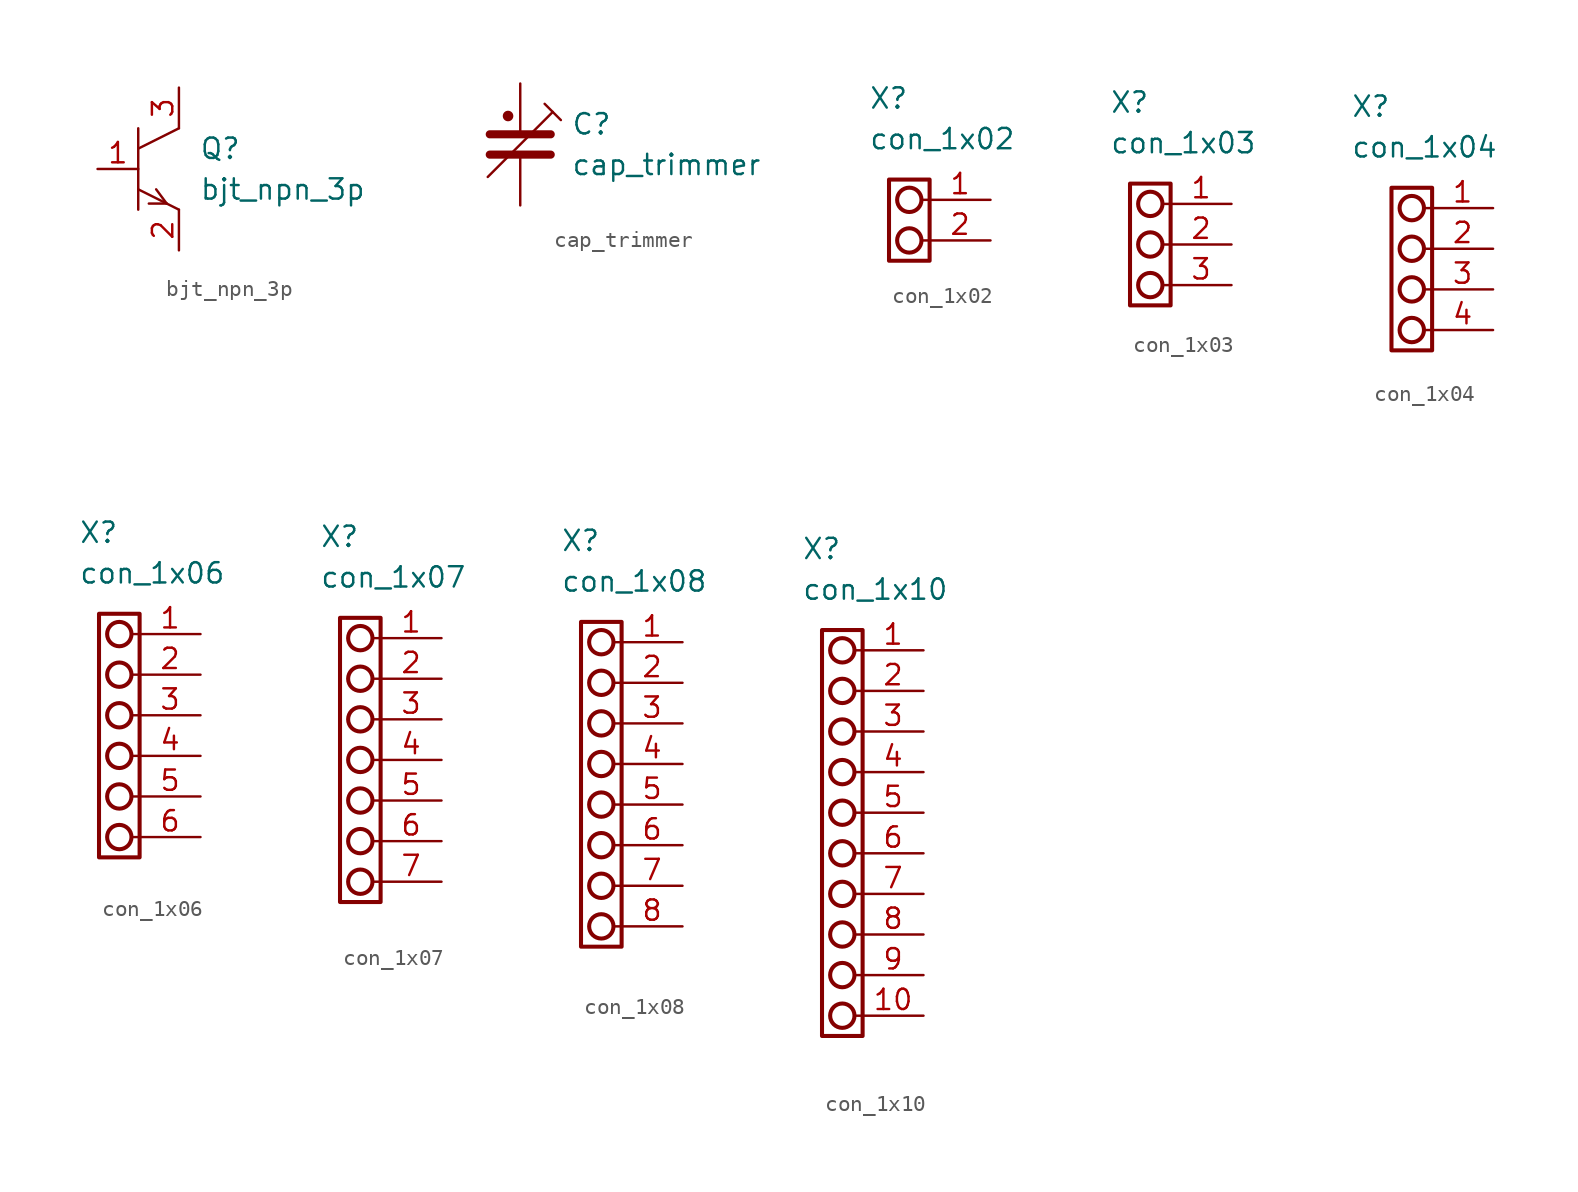
<source format=kicad_sym>
(kicad_symbol_lib
  (version 20241209)
  (generator "kicad_symbol_editor")
  (generator_version "9.0")
  (symbol "bjt_npn_3p"
    (pin_names
      (hide yes))
    (property "Reference" "Q"
      (at 6.35 1.27 0)
      (effects (font (size 1.27 1.27)) (justify left)))
    (property "Value" "bjt_npn_3p"
      (at 6.35 -1.27 0)
      (effects (font (size 1.27 1.27)) (justify left)))
    (symbol "bjt_npn_3p_0_1"
      (polyline (pts (xy 2.54 2.54) (xy 2.54 -2.54)) (stroke (width 0) (type default)) (fill (type none)))
      (polyline (pts (xy 4.318 -2.159) (xy 3.2 -2.159)) (stroke (width 0) (type default)) (fill (type none)))
      (polyline (pts (xy 4.318 -2.159) (xy 3.658 -1.27)) (stroke (width 0) (type default)) (fill (type none)))
      (polyline (pts (xy 5.08 2.54) (xy 2.54 1.27)) (stroke (width 0) (type default)) (fill (type none)))
      (polyline (pts (xy 5.08 -2.54) (xy 2.54 -1.27)) (stroke (width 0) (type default)) (fill (type none))))
    (symbol "bjt_npn_3p_1_1"
      (pin passive line (at 0 0 0) (length 2.54) (name "" (effects (font (size 1.27 1.27)))) (number "1" (effects (font (size 1.27 1.27)))))
      (pin passive line (at 5.08 5.08 270) (length 2.54) (name "" (effects (font (size 1.27 1.27)))) (number "3" (effects (font (size 1.27 1.27)))))
      (pin passive line (at 5.08 -5.08 90) (length 2.54) (name "" (effects (font (size 1.27 1.27)))) (number "2" (effects (font (size 1.27 1.27)))))))
  (symbol "cap_trimmer"
    (pin_numbers
      (hide yes))
    (pin_names
      (offset 0)
      (hide yes))
    (property "Reference" "C"
      (at 3.175 -2.54 0)
      (effects (font (size 1.27 1.27)) (justify left)))
    (property "Value" "cap_trimmer"
      (at 3.175 -5.08 0)
      (effects (font (size 1.27 1.27)) (justify left)))
    (symbol "cap_trimmer_0_1"
      (polyline (pts (xy -2.032 -5.842) (xy 2.032 -1.778)) (stroke (width 0) (type default)) (fill (type none)))
      (polyline (pts (xy -1.905 -3.175) (xy 1.905 -3.175)) (stroke (width 0.508) (type default)) (fill (type none)))
      (polyline (pts (xy -1.905 -4.445) (xy 1.905 -4.445)) (stroke (width 0.508) (type default)) (fill (type none)))
      (polyline (pts (xy 1.524 -1.27) (xy 2.54 -2.286)) (stroke (width 0) (type default)) (fill (type none))))
    (symbol "cap_trimmer_1_1"
      (circle (center -0.762 -2.032) (radius 0.254) (stroke (width 0) (type solid)) (fill (type outline)))
      (pin passive line (at 0 0 270) (length 3.175) (name "~" (effects (font (size 1.27 1.27)))) (number "1" (effects (font (size 1.27 1.27)))))
      (pin passive line (at 0 -7.62 90) (length 3.175) (name "~" (effects (font (size 1.27 1.27)))) (number "2" (effects (font (size 1.27 1.27)))))))
  (symbol "con_1x02"
    (pin_names
      (offset 1.016)
      (hide yes))
    (property "Reference" "X"
      (at -7.62 6.35 0)
      (effects (font (size 1.27 1.27)) (justify left)))
    (property "Value" "con_1x02"
      (at -7.62 3.81 0)
      (effects (font (size 1.27 1.27)) (justify left)))
    (symbol "con_1x02_0_1"
      (rectangle (start -6.35 1.27) (end -3.81 -3.81) (stroke (width 0.254) (type default)) (fill (type none)))
      (circle (center -5.08 0) (radius 0.762) (stroke (width 0.254) (type default)) (fill (type none)))
      (circle (center -5.08 -2.54) (radius 0.762) (stroke (width 0.254) (type default)) (fill (type none)))
      (polyline (pts (xy -3.81 0) (xy -4.318 0)) (stroke (width 0) (type default)) (fill (type none)))
      (polyline (pts (xy -3.81 -2.54) (xy -4.318 -2.54)) (stroke (width 0) (type default)) (fill (type none))))
    (symbol "con_1x02_1_1"
      (pin passive line (at 0 0 180) (length 3.81) (name "~" (effects (font (size 1.27 1.27)))) (number "1" (effects (font (size 1.27 1.27)))))
      (pin passive line (at 0 -2.54 180) (length 3.81) (name "~" (effects (font (size 1.27 1.27)))) (number "2" (effects (font (size 1.27 1.27)))))))
  (symbol "con_1x03"
    (pin_names
      (offset 1.016)
      (hide yes))
    (property "Reference" "X"
      (at -7.62 6.35 0)
      (effects (font (size 1.27 1.27)) (justify left)))
    (property "Value" "con_1x03"
      (at -7.62 3.81 0)
      (effects (font (size 1.27 1.27)) (justify left)))
    (symbol "con_1x03_0_1"
      (rectangle (start -6.35 1.27) (end -3.81 -6.35) (stroke (width 0.254) (type default)) (fill (type none)))
      (circle (center -5.08 0) (radius 0.762) (stroke (width 0.254) (type default)) (fill (type none)))
      (circle (center -5.08 -2.54) (radius 0.762) (stroke (width 0.254) (type default)) (fill (type none)))
      (circle (center -5.08 -5.08) (radius 0.762) (stroke (width 0.254) (type default)) (fill (type none)))
      (polyline (pts (xy -3.81 0) (xy -4.318 0)) (stroke (width 0) (type default)) (fill (type none)))
      (polyline (pts (xy -3.81 -2.54) (xy -4.318 -2.54)) (stroke (width 0) (type default)) (fill (type none)))
      (polyline (pts (xy -3.81 -5.08) (xy -4.318 -5.08)) (stroke (width 0) (type default)) (fill (type none))))
    (symbol "con_1x03_1_1"
      (pin passive line (at 0 0 180) (length 3.81) (name "~" (effects (font (size 1.27 1.27)))) (number "1" (effects (font (size 1.27 1.27)))))
      (pin passive line (at 0 -2.54 180) (length 3.81) (name "~" (effects (font (size 1.27 1.27)))) (number "2" (effects (font (size 1.27 1.27)))))
      (pin passive line (at 0 -5.08 180) (length 3.81) (name "~" (effects (font (size 1.27 1.27)))) (number "3" (effects (font (size 1.27 1.27)))))))
  (symbol "con_1x04"
    (pin_names
      (offset 1.016)
      (hide yes))
    (property "Reference" "X"
      (at -8.89 6.35 0)
      (effects (font (size 1.27 1.27)) (justify left)))
    (property "Value" "con_1x04"
      (at -8.89 3.81 0)
      (effects (font (size 1.27 1.27)) (justify left)))
    (symbol "con_1x04_0_1"
      (rectangle (start -6.35 1.27) (end -3.81 -8.89) (stroke (width 0.254) (type default)) (fill (type none)))
      (circle (center -5.08 0) (radius 0.762) (stroke (width 0.254) (type default)) (fill (type none)))
      (circle (center -5.08 -2.54) (radius 0.762) (stroke (width 0.254) (type default)) (fill (type none)))
      (circle (center -5.08 -5.08) (radius 0.762) (stroke (width 0.254) (type default)) (fill (type none)))
      (circle (center -5.08 -7.62) (radius 0.762) (stroke (width 0.254) (type default)) (fill (type none)))
      (polyline (pts (xy -3.81 0) (xy -4.318 0)) (stroke (width 0) (type default)) (fill (type none)))
      (polyline (pts (xy -3.81 -2.54) (xy -4.318 -2.54)) (stroke (width 0) (type default)) (fill (type none)))
      (polyline (pts (xy -3.81 -5.08) (xy -4.318 -5.08)) (stroke (width 0) (type default)) (fill (type none)))
      (polyline (pts (xy -3.81 -7.62) (xy -4.318 -7.62)) (stroke (width 0) (type default)) (fill (type none))))
    (symbol "con_1x04_1_1"
      (pin passive line (at 0 0 180) (length 3.81) (name "~" (effects (font (size 1.27 1.27)))) (number "1" (effects (font (size 1.27 1.27)))))
      (pin passive line (at 0 -2.54 180) (length 3.81) (name "~" (effects (font (size 1.27 1.27)))) (number "2" (effects (font (size 1.27 1.27)))))
      (pin passive line (at 0 -5.08 180) (length 3.81) (name "~" (effects (font (size 1.27 1.27)))) (number "3" (effects (font (size 1.27 1.27)))))
      (pin passive line (at 0 -7.62 180) (length 3.81) (name "~" (effects (font (size 1.27 1.27)))) (number "4" (effects (font (size 1.27 1.27)))))))
  (symbol "con_1x06"
    (pin_names
      (offset 1.016)
      (hide yes))
    (property "Reference" "X"
      (at -7.62 6.35 0)
      (effects (font (size 1.27 1.27)) (justify left)))
    (property "Value" "con_1x06"
      (at -7.62 3.81 0)
      (effects (font (size 1.27 1.27)) (justify left)))
    (symbol "con_1x06_0_1"
      (circle (center -5.08 0) (radius 0.762) (stroke (width 0.254) (type default)) (fill (type none)))
      (circle (center -5.08 -2.54) (radius 0.762) (stroke (width 0.254) (type default)) (fill (type none)))
      (circle (center -5.08 -5.08) (radius 0.762) (stroke (width 0.254) (type default)) (fill (type none)))
      (polyline (pts (xy -3.81 0) (xy -4.318 0)) (stroke (width 0) (type default)) (fill (type none)))
      (polyline (pts (xy -3.81 -2.54) (xy -4.318 -2.54)) (stroke (width 0) (type default)) (fill (type none)))
      (polyline (pts (xy -3.81 -5.08) (xy -4.318 -5.08)) (stroke (width 0) (type default)) (fill (type none))))
    (symbol "con_1x06_1_1"
      (rectangle (start -6.35 1.27) (end -3.81 -13.97) (stroke (width 0.254) (type default)) (fill (type none)))
      (circle (center -5.08 -7.62) (radius 0.762) (stroke (width 0.254) (type default)) (fill (type none)))
      (circle (center -5.08 -10.16) (radius 0.762) (stroke (width 0.254) (type default)) (fill (type none)))
      (circle (center -5.08 -12.7) (radius 0.762) (stroke (width 0.254) (type default)) (fill (type none)))
      (polyline (pts (xy -3.81 -7.62) (xy -4.318 -7.62)) (stroke (width 0) (type default)) (fill (type none)))
      (polyline (pts (xy -3.81 -10.16) (xy -4.318 -10.16)) (stroke (width 0) (type default)) (fill (type none)))
      (polyline (pts (xy -3.81 -12.7) (xy -4.318 -12.7)) (stroke (width 0) (type default)) (fill (type none)))
      (pin passive line (at 0 0 180) (length 3.81) (name "~" (effects (font (size 1.27 1.27)))) (number "1" (effects (font (size 1.27 1.27)))))
      (pin passive line (at 0 -2.54 180) (length 3.81) (name "~" (effects (font (size 1.27 1.27)))) (number "2" (effects (font (size 1.27 1.27)))))
      (pin passive line (at 0 -5.08 180) (length 3.81) (name "~" (effects (font (size 1.27 1.27)))) (number "3" (effects (font (size 1.27 1.27)))))
      (pin passive line (at 0 -7.62 180) (length 3.81) (name "~" (effects (font (size 1.27 1.27)))) (number "4" (effects (font (size 1.27 1.27)))))
      (pin passive line (at 0 -10.16 180) (length 3.81) (name "~" (effects (font (size 1.27 1.27)))) (number "5" (effects (font (size 1.27 1.27)))))
      (pin passive line (at 0 -12.7 180) (length 3.81) (name "~" (effects (font (size 1.27 1.27)))) (number "6" (effects (font (size 1.27 1.27)))))))
  (symbol "con_1x07"
    (pin_names
      (offset 1.016)
      (hide yes))
    (property "Reference" "X"
      (at -7.62 6.35 0)
      (effects (font (size 1.27 1.27)) (justify left)))
    (property "Value" "con_1x07"
      (at -7.62 3.81 0)
      (effects (font (size 1.27 1.27)) (justify left)))
    (symbol "con_1x07_0_1"
      (circle (center -5.08 0) (radius 0.762) (stroke (width 0.254) (type default)) (fill (type none)))
      (circle (center -5.08 -2.54) (radius 0.762) (stroke (width 0.254) (type default)) (fill (type none)))
      (circle (center -5.08 -5.08) (radius 0.762) (stroke (width 0.254) (type default)) (fill (type none)))
      (polyline (pts (xy -3.81 0) (xy -4.318 0)) (stroke (width 0) (type default)) (fill (type none)))
      (polyline (pts (xy -3.81 -2.54) (xy -4.318 -2.54)) (stroke (width 0) (type default)) (fill (type none)))
      (polyline (pts (xy -3.81 -5.08) (xy -4.318 -5.08)) (stroke (width 0) (type default)) (fill (type none))))
    (symbol "con_1x07_1_1"
      (rectangle (start -6.35 1.27) (end -3.81 -16.51) (stroke (width 0.254) (type default)) (fill (type none)))
      (circle (center -5.08 -7.62) (radius 0.762) (stroke (width 0.254) (type default)) (fill (type none)))
      (circle (center -5.08 -10.16) (radius 0.762) (stroke (width 0.254) (type default)) (fill (type none)))
      (circle (center -5.08 -12.7) (radius 0.762) (stroke (width 0.254) (type default)) (fill (type none)))
      (circle (center -5.08 -15.24) (radius 0.762) (stroke (width 0.254) (type default)) (fill (type none)))
      (polyline (pts (xy -3.81 -7.62) (xy -4.318 -7.62)) (stroke (width 0) (type default)) (fill (type none)))
      (polyline (pts (xy -3.81 -10.16) (xy -4.318 -10.16)) (stroke (width 0) (type default)) (fill (type none)))
      (polyline (pts (xy -3.81 -12.7) (xy -4.318 -12.7)) (stroke (width 0) (type default)) (fill (type none)))
      (polyline (pts (xy -3.81 -15.24) (xy -4.318 -15.24)) (stroke (width 0) (type default)) (fill (type none)))
      (pin passive line (at 0 0 180) (length 3.81) (name "~" (effects (font (size 1.27 1.27)))) (number "1" (effects (font (size 1.27 1.27)))))
      (pin passive line (at 0 -2.54 180) (length 3.81) (name "~" (effects (font (size 1.27 1.27)))) (number "2" (effects (font (size 1.27 1.27)))))
      (pin passive line (at 0 -5.08 180) (length 3.81) (name "~" (effects (font (size 1.27 1.27)))) (number "3" (effects (font (size 1.27 1.27)))))
      (pin passive line (at 0 -7.62 180) (length 3.81) (name "~" (effects (font (size 1.27 1.27)))) (number "4" (effects (font (size 1.27 1.27)))))
      (pin passive line (at 0 -10.16 180) (length 3.81) (name "~" (effects (font (size 1.27 1.27)))) (number "5" (effects (font (size 1.27 1.27)))))
      (pin passive line (at 0 -12.7 180) (length 3.81) (name "~" (effects (font (size 1.27 1.27)))) (number "6" (effects (font (size 1.27 1.27)))))
      (pin passive line (at 0 -15.24 180) (length 3.81) (name "~" (effects (font (size 1.27 1.27)))) (number "7" (effects (font (size 1.27 1.27)))))))
  (symbol "con_1x08"
    (pin_names
      (offset 1.016)
      (hide yes))
    (property "Reference" "X"
      (at -7.62 6.35 0)
      (effects (font (size 1.27 1.27)) (justify left)))
    (property "Value" "con_1x08"
      (at -7.62 3.81 0)
      (effects (font (size 1.27 1.27)) (justify left)))
    (symbol "con_1x08_0_1"
      (circle (center -5.08 0) (radius 0.762) (stroke (width 0.254) (type default)) (fill (type none)))
      (circle (center -5.08 -2.54) (radius 0.762) (stroke (width 0.254) (type default)) (fill (type none)))
      (circle (center -5.08 -5.08) (radius 0.762) (stroke (width 0.254) (type default)) (fill (type none)))
      (polyline (pts (xy -3.81 0) (xy -4.318 0)) (stroke (width 0) (type default)) (fill (type none)))
      (polyline (pts (xy -3.81 -2.54) (xy -4.318 -2.54)) (stroke (width 0) (type default)) (fill (type none)))
      (polyline (pts (xy -3.81 -5.08) (xy -4.318 -5.08)) (stroke (width 0) (type default)) (fill (type none))))
    (symbol "con_1x08_1_1"
      (rectangle (start -6.35 1.27) (end -3.81 -19.05) (stroke (width 0.254) (type default)) (fill (type none)))
      (circle (center -5.08 -7.62) (radius 0.762) (stroke (width 0.254) (type default)) (fill (type none)))
      (circle (center -5.08 -10.16) (radius 0.762) (stroke (width 0.254) (type default)) (fill (type none)))
      (circle (center -5.08 -12.7) (radius 0.762) (stroke (width 0.254) (type default)) (fill (type none)))
      (circle (center -5.08 -15.24) (radius 0.762) (stroke (width 0.254) (type default)) (fill (type none)))
      (circle (center -5.08 -17.78) (radius 0.762) (stroke (width 0.254) (type default)) (fill (type none)))
      (polyline (pts (xy -3.81 -7.62) (xy -4.318 -7.62)) (stroke (width 0) (type default)) (fill (type none)))
      (polyline (pts (xy -3.81 -10.16) (xy -4.318 -10.16)) (stroke (width 0) (type default)) (fill (type none)))
      (polyline (pts (xy -3.81 -12.7) (xy -4.318 -12.7)) (stroke (width 0) (type default)) (fill (type none)))
      (polyline (pts (xy -3.81 -15.24) (xy -4.318 -15.24)) (stroke (width 0) (type default)) (fill (type none)))
      (polyline (pts (xy -3.81 -17.78) (xy -4.318 -17.78)) (stroke (width 0) (type default)) (fill (type none)))
      (pin passive line (at 0 0 180) (length 3.81) (name "~" (effects (font (size 1.27 1.27)))) (number "1" (effects (font (size 1.27 1.27)))))
      (pin passive line (at 0 -2.54 180) (length 3.81) (name "~" (effects (font (size 1.27 1.27)))) (number "2" (effects (font (size 1.27 1.27)))))
      (pin passive line (at 0 -5.08 180) (length 3.81) (name "~" (effects (font (size 1.27 1.27)))) (number "3" (effects (font (size 1.27 1.27)))))
      (pin passive line (at 0 -7.62 180) (length 3.81) (name "~" (effects (font (size 1.27 1.27)))) (number "4" (effects (font (size 1.27 1.27)))))
      (pin passive line (at 0 -10.16 180) (length 3.81) (name "~" (effects (font (size 1.27 1.27)))) (number "5" (effects (font (size 1.27 1.27)))))
      (pin passive line (at 0 -12.7 180) (length 3.81) (name "~" (effects (font (size 1.27 1.27)))) (number "6" (effects (font (size 1.27 1.27)))))
      (pin passive line (at 0 -15.24 180) (length 3.81) (name "~" (effects (font (size 1.27 1.27)))) (number "7" (effects (font (size 1.27 1.27)))))
      (pin passive line (at 0 -17.78 180) (length 3.81) (name "~" (effects (font (size 1.27 1.27)))) (number "8" (effects (font (size 1.27 1.27)))))))
  (symbol "con_1x10"
    (pin_names
      (offset 1.016)
      (hide yes))
    (property "Reference" "X"
      (at -7.62 6.35 0)
      (effects (font (size 1.27 1.27)) (justify left)))
    (property "Value" "con_1x10"
      (at -7.62 3.81 0)
      (effects (font (size 1.27 1.27)) (justify left)))
    (symbol "con_1x10_0_1"
      (circle (center -5.08 0) (radius 0.762) (stroke (width 0.254) (type default)) (fill (type none)))
      (circle (center -5.08 -2.54) (radius 0.762) (stroke (width 0.254) (type default)) (fill (type none)))
      (circle (center -5.08 -5.08) (radius 0.762) (stroke (width 0.254) (type default)) (fill (type none)))
      (polyline (pts (xy -3.81 0) (xy -4.318 0)) (stroke (width 0) (type default)) (fill (type none)))
      (polyline (pts (xy -3.81 -2.54) (xy -4.318 -2.54)) (stroke (width 0) (type default)) (fill (type none)))
      (polyline (pts (xy -3.81 -5.08) (xy -4.318 -5.08)) (stroke (width 0) (type default)) (fill (type none))))
    (symbol "con_1x10_1_1"
      (rectangle (start -6.35 1.27) (end -3.81 -24.13) (stroke (width 0.254) (type default)) (fill (type none)))
      (circle (center -5.08 -7.62) (radius 0.762) (stroke (width 0.254) (type default)) (fill (type none)))
      (circle (center -5.08 -10.16) (radius 0.762) (stroke (width 0.254) (type default)) (fill (type none)))
      (circle (center -5.08 -12.7) (radius 0.762) (stroke (width 0.254) (type default)) (fill (type none)))
      (circle (center -5.08 -15.24) (radius 0.762) (stroke (width 0.254) (type default)) (fill (type none)))
      (circle (center -5.08 -17.78) (radius 0.762) (stroke (width 0.254) (type default)) (fill (type none)))
      (circle (center -5.08 -20.32) (radius 0.762) (stroke (width 0.254) (type default)) (fill (type none)))
      (circle (center -5.08 -22.86) (radius 0.762) (stroke (width 0.254) (type default)) (fill (type none)))
      (polyline (pts (xy -3.81 -7.62) (xy -4.318 -7.62)) (stroke (width 0) (type default)) (fill (type none)))
      (polyline (pts (xy -3.81 -10.16) (xy -4.318 -10.16)) (stroke (width 0) (type default)) (fill (type none)))
      (polyline (pts (xy -3.81 -12.7) (xy -4.318 -12.7)) (stroke (width 0) (type default)) (fill (type none)))
      (polyline (pts (xy -3.81 -15.24) (xy -4.318 -15.24)) (stroke (width 0) (type default)) (fill (type none)))
      (polyline (pts (xy -3.81 -17.78) (xy -4.318 -17.78)) (stroke (width 0) (type default)) (fill (type none)))
      (polyline (pts (xy -3.81 -20.32) (xy -4.318 -20.32)) (stroke (width 0) (type default)) (fill (type none)))
      (polyline (pts (xy -3.81 -22.86) (xy -4.318 -22.86)) (stroke (width 0) (type default)) (fill (type none)))
      (pin passive line (at 0 0 180) (length 3.81) (name "~" (effects (font (size 1.27 1.27)))) (number "1" (effects (font (size 1.27 1.27)))))
      (pin passive line (at 0 -2.54 180) (length 3.81) (name "~" (effects (font (size 1.27 1.27)))) (number "2" (effects (font (size 1.27 1.27)))))
      (pin passive line (at 0 -5.08 180) (length 3.81) (name "~" (effects (font (size 1.27 1.27)))) (number "3" (effects (font (size 1.27 1.27)))))
      (pin passive line (at 0 -7.62 180) (length 3.81) (name "~" (effects (font (size 1.27 1.27)))) (number "4" (effects (font (size 1.27 1.27)))))
      (pin passive line (at 0 -10.16 180) (length 3.81) (name "~" (effects (font (size 1.27 1.27)))) (number "5" (effects (font (size 1.27 1.27)))))
      (pin passive line (at 0 -12.7 180) (length 3.81) (name "~" (effects (font (size 1.27 1.27)))) (number "6" (effects (font (size 1.27 1.27)))))
      (pin passive line (at 0 -15.24 180) (length 3.81) (name "~" (effects (font (size 1.27 1.27)))) (number "7" (effects (font (size 1.27 1.27)))))
      (pin passive line (at 0 -17.78 180) (length 3.81) (name "~" (effects (font (size 1.27 1.27)))) (number "8" (effects (font (size 1.27 1.27)))))
      (pin passive line (at 0 -20.32 180) (length 3.81) (name "~" (effects (font (size 1.27 1.27)))) (number "9" (effects (font (size 1.27 1.27)))))
      (pin passive line (at 0 -22.86 180) (length 3.81) (name "~" (effects (font (size 1.27 1.27)))) (number "10" (effects (font (size 1.27 1.27))))))))
</source>
